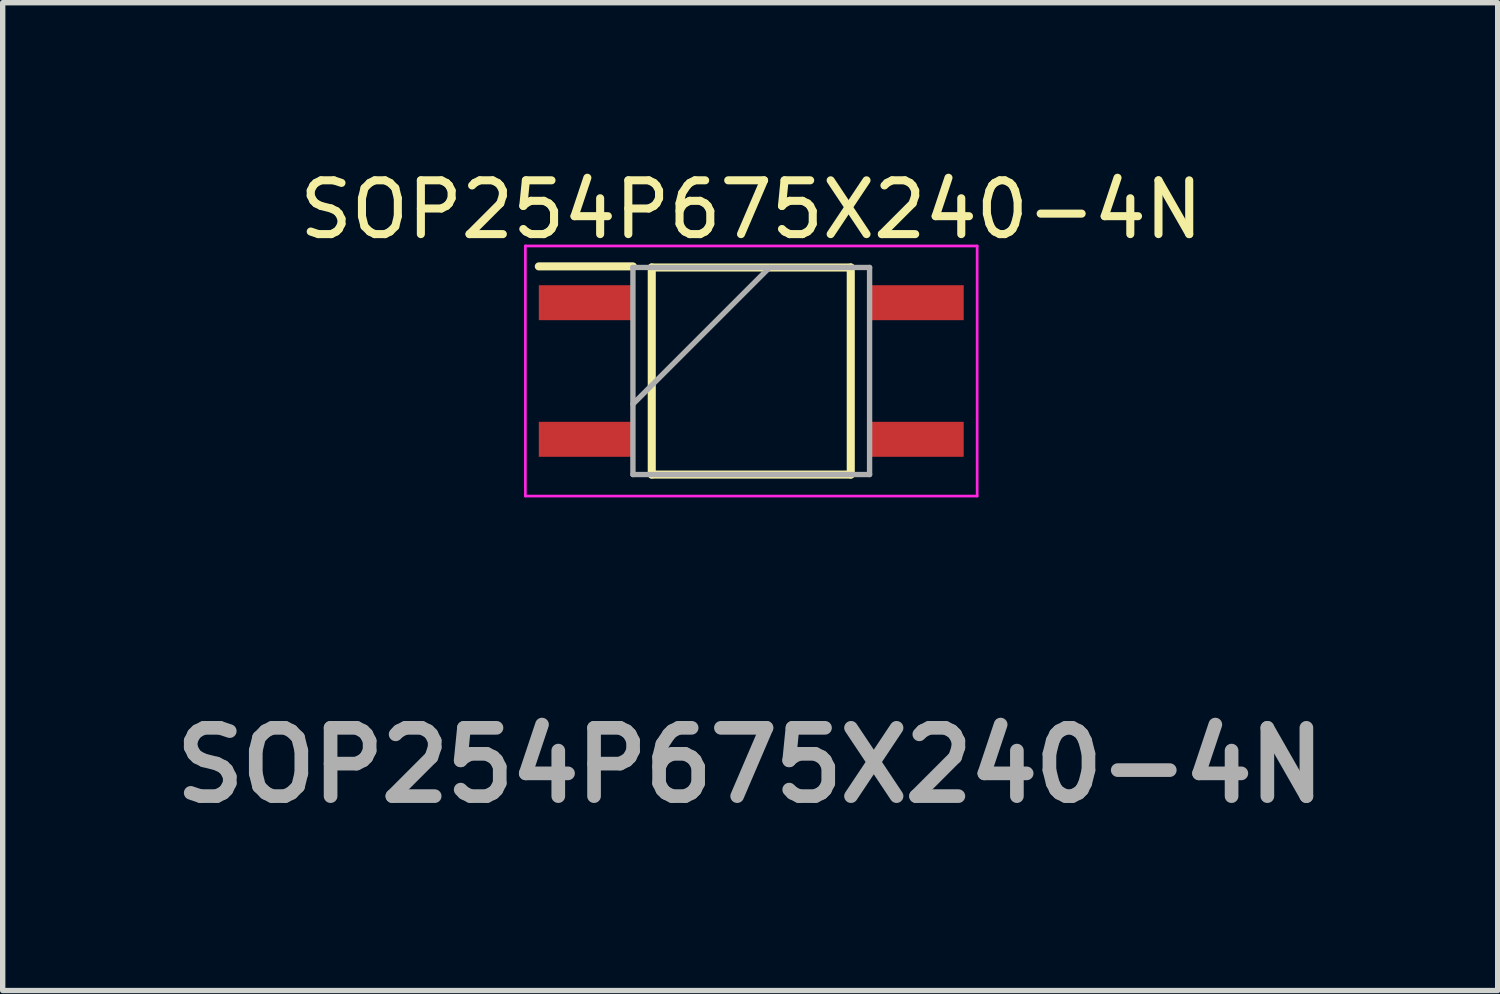
<source format=kicad_pcb>
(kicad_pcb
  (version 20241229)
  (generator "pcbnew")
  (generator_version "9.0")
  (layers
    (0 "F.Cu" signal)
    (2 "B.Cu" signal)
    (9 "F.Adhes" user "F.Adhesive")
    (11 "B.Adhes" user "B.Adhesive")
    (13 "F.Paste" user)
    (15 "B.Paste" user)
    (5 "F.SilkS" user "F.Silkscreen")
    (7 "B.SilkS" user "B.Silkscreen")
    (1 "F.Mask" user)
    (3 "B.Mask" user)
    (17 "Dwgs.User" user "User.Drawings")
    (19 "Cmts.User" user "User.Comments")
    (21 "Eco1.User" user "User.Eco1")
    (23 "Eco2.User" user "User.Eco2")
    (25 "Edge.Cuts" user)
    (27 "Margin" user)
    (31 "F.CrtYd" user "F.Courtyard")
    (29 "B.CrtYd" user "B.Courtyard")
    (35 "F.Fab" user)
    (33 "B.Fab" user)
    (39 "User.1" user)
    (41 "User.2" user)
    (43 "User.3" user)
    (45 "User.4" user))
  (footprint "SOP254P675X240-4N"
    (layer "F.Cu")
    (at 10.918 3.848)
    (property "Reference" "SOP254P675X240-4N" (at 0 -3 0) (layer "F.SilkS") (effects (font (size 1 1) (thickness 0.15))))
    (attr smd)
    (fp_line (start -3.95 -1.945) (end -2.2 -1.945) (stroke (width 0.15) (type solid)) (layer "F.SilkS"))
    (fp_line (start -1.85 -1.925) (end 1.85 -1.925) (stroke (width 0.15) (type solid)) (layer "F.SilkS"))
    (fp_line (start -1.85 1.925) (end -1.85 -1.925) (stroke (width 0.15) (type solid)) (layer "F.SilkS"))
    (fp_line (start 1.85 -1.925) (end 1.85 1.925) (stroke (width 0.15) (type solid)) (layer "F.SilkS"))
    (fp_line (start 1.85 1.925) (end -1.85 1.925) (stroke (width 0.15) (type solid)) (layer "F.SilkS"))
    (fp_line (start -4.2 -2.325) (end 4.2 -2.325) (stroke (width 0.05) (type solid)) (layer "F.CrtYd"))
    (fp_line (start -4.2 2.325) (end -4.2 -2.325) (stroke (width 0.05) (type solid)) (layer "F.CrtYd"))
    (fp_line (start 4.2 -2.325) (end 4.2 2.325) (stroke (width 0.05) (type solid)) (layer "F.CrtYd"))
    (fp_line (start 4.2 2.325) (end -4.2 2.325) (stroke (width 0.05) (type solid)) (layer "F.CrtYd"))
    (fp_line (start -2.2 -1.925) (end 2.2 -1.925) (stroke (width 0.1) (type solid)) (layer "F.Fab"))
    (fp_line (start -2.2 0.615) (end 0.34 -1.925) (stroke (width 0.1) (type solid)) (layer "F.Fab"))
    (fp_line (start -2.2 1.925) (end -2.2 -1.925) (stroke (width 0.1) (type solid)) (layer "F.Fab"))
    (fp_line (start 2.2 -1.925) (end 2.2 1.925) (stroke (width 0.1) (type solid)) (layer "F.Fab"))
    (fp_line (start 2.2 1.925) (end -2.2 1.925) (stroke (width 0.1) (type solid)) (layer "F.Fab"))
    (fp_text user "${REFERENCE}" (at -0.02 7.33 0) (layer "F.Fab") (effects (font (size 1.27 1.27) (thickness 0.254))))
    (pad "1" smd rect (at -3.075 -1.27 90) (size 0.65 1.75) (layers "F.Cu" "F.Mask" "F.Paste"))
    (pad "2" smd rect (at -3.075 1.27 90) (size 0.65 1.75) (layers "F.Cu" "F.Mask" "F.Paste"))
    (pad "3" smd rect (at 3.075 1.27 90) (size 0.65 1.75) (layers "F.Cu" "F.Mask" "F.Paste"))
    (pad "4" smd rect (at 3.075 -1.27 90) (size 0.65 1.75) (layers "F.Cu" "F.Mask" "F.Paste")))
  (gr_rect
    (start -3 -3)
    (end 24.796 15.367)
    (stroke (width 0.1) (type default))
    (fill no)
    (layer "Edge.Cuts")))
</source>
